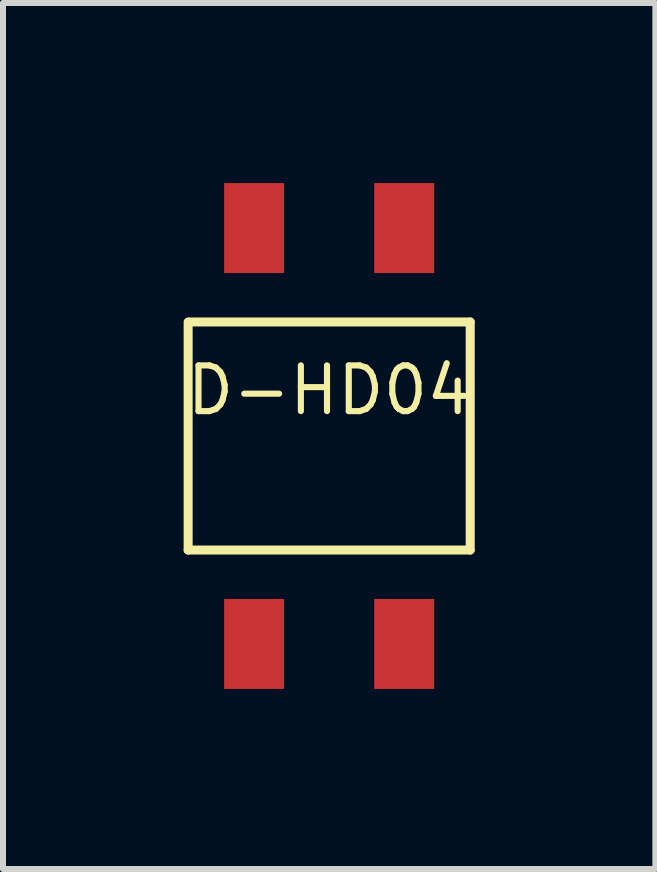
<source format=kicad_pcb>
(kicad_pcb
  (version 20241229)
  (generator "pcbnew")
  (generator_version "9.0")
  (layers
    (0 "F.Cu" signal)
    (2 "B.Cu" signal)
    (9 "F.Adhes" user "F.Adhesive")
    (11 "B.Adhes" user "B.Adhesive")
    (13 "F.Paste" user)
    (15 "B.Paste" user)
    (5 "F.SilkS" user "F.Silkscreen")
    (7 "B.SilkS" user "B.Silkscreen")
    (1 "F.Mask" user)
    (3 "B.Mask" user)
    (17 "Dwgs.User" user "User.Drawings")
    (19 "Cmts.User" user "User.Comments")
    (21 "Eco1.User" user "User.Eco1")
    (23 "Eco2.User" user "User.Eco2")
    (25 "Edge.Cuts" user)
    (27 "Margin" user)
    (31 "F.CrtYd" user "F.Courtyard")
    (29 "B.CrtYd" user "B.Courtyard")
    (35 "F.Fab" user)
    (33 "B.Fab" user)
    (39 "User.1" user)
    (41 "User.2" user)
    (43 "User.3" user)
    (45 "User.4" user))
  (footprint "D-HD04"
    (layer "F.Cu")
    (at 2.435 4.215)
    (property "Reference" "D-HD04" (at 0 -0.762 0) (layer "F.SilkS") (effects (font (size 0.762 0.762) (thickness 0.102))))
    (attr through_hole)
    (fp_line (start -2.35 1.9) (end -2.35 -1.9) (stroke (width 0.15) (type solid)) (layer "F.SilkS"))
    (fp_line (start -2.32 -1.9) (end 2.35 -1.9) (stroke (width 0.15) (type solid)) (layer "F.SilkS"))
    (fp_line (start 2.35 -1.9) (end 2.35 1.9) (stroke (width 0.15) (type solid)) (layer "F.SilkS"))
    (fp_line (start 2.35 1.9) (end -2.35 1.9) (stroke (width 0.15) (type solid)) (layer "F.SilkS"))
    (pad "1" smd rect (at -1.25 3.465) (size 1 1.5) (layers "F.Cu" "F.Mask" "F.Paste"))
    (pad "2" smd rect (at 1.25 3.465) (size 1 1.5) (layers "F.Cu" "F.Mask" "F.Paste"))
    (pad "3" smd rect (at 1.25 -3.465) (size 1 1.5) (layers "F.Cu" "F.Mask" "F.Paste"))
    (pad "4" smd rect (at -1.25 -3.465) (size 1 1.5) (layers "F.Cu" "F.Mask" "F.Paste")))
  (gr_rect
    (start -3 -3)
    (end 7.87 11.43)
    (stroke (width 0.1) (type default))
    (fill no)
    (layer "Edge.Cuts")))
</source>
